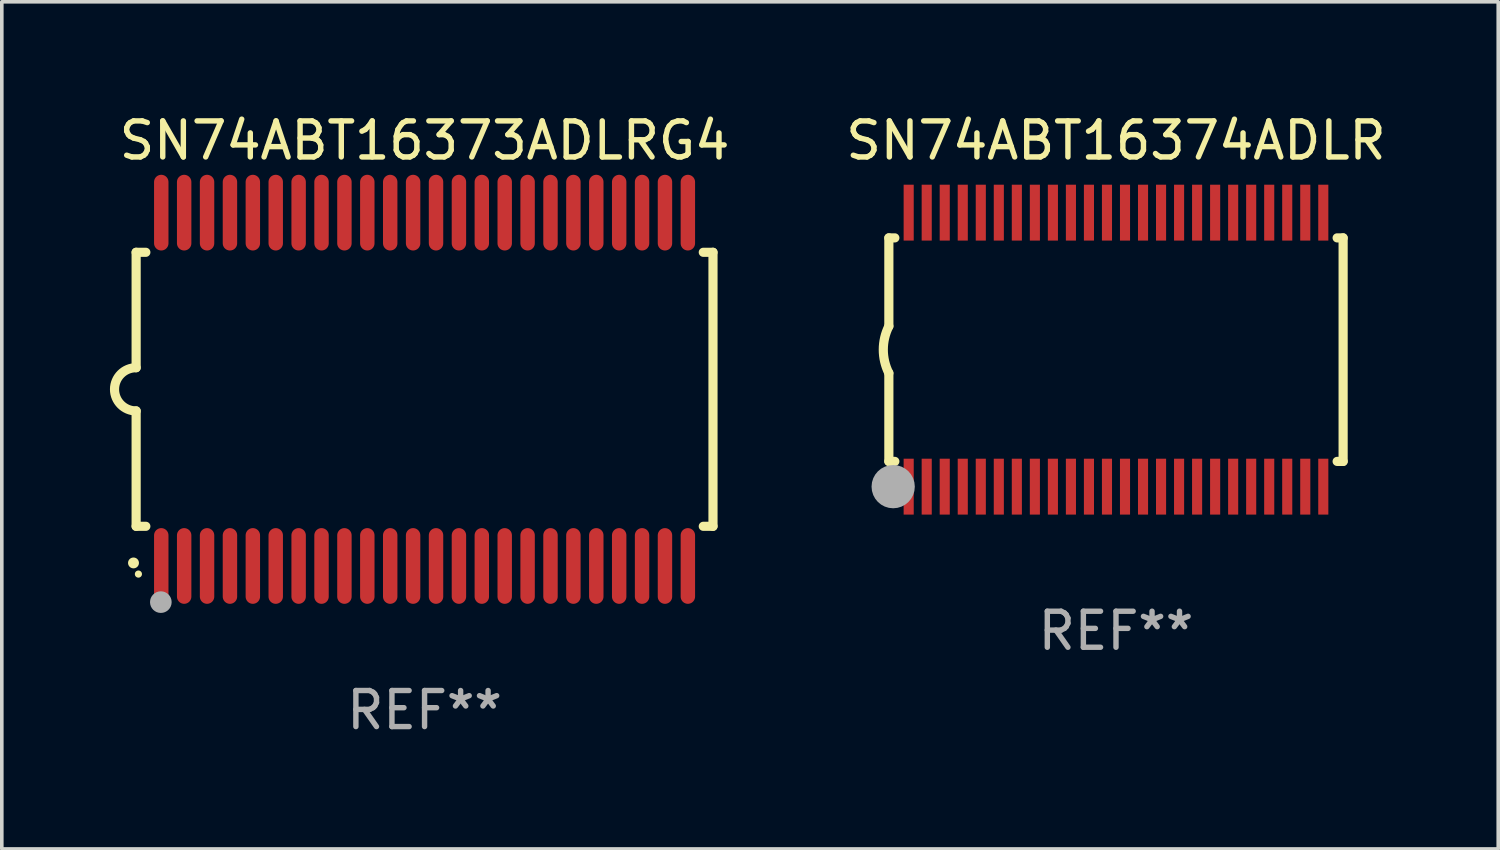
<source format=kicad_pcb>
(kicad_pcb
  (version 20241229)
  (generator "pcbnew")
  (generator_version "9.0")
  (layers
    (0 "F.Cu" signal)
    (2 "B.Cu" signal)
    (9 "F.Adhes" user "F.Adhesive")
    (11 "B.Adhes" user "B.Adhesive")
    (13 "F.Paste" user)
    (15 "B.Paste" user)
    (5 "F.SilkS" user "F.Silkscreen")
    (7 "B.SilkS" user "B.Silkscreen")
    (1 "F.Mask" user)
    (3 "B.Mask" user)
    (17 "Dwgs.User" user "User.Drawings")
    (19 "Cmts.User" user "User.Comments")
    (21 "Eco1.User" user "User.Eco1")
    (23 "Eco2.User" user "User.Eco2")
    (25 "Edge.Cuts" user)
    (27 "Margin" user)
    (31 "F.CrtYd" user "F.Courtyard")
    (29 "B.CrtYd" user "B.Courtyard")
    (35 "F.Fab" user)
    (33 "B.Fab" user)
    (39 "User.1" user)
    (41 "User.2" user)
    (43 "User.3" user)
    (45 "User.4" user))
  (footprint "SN74ABT16374ADLR"
    (layer "F.Cu")
    (at 27.904 6.648)
    (property "Reference" "SN74ABT16374ADLR" (at 0 -5.8 0) (layer "F.SilkS") (effects (font (size 1 1) (thickness 0.15))))
    (attr through_hole)
    (fp_line (start -6.3 -3.1) (end -6.3 -0.65) (stroke (width 0.254) (type solid)) (layer "F.SilkS"))
    (fp_line (start -6.3 -3.1) (end -6.134 -3.1) (stroke (width 0.254) (type solid)) (layer "F.SilkS"))
    (fp_line (start -6.3 3.1) (end -6.3 0.65) (stroke (width 0.254) (type solid)) (layer "F.SilkS"))
    (fp_line (start -6.3 3.1) (end -6.134 3.1) (stroke (width 0.254) (type solid)) (layer "F.SilkS"))
    (fp_line (start 6.134 -3.1) (end 6.3 -3.1) (stroke (width 0.254) (type solid)) (layer "F.SilkS"))
    (fp_line (start 6.134 3.1) (end 6.3 3.1) (stroke (width 0.254) (type solid)) (layer "F.SilkS"))
    (fp_line (start 6.3 -3.1) (end 6.3 3.1) (stroke (width 0.254) (type solid)) (layer "F.SilkS"))
    (fp_arc (start -6.301016 0.650114) (mid -6.45413 -0.000082) (end -6.3 -0.650038) (stroke (width 0.254001) (type solid)) (layer "F.SilkS"))
    (fp_circle (center -6.35 3.81) (end -6.223 3.81) (stroke (width 0.254) (type solid)) (fill no) (layer "F.SilkS"))
    (fp_circle (center -6.25 4.05) (end -6.22 4.05) (stroke (width 0.06) (type solid)) (fill no) (layer "F.SilkS"))
    (fp_circle (center -6.18 3.8) (end -5.88 3.8) (stroke (width 0.6) (type solid)) (fill no) (layer "F.Fab"))
    (fp_text user "REF**" (at 0 7.8 0) (layer "F.Fab") (effects (font (size 1 1) (thickness 0.15))))
    (pad "1" smd rect (at -5.75 3.8) (size 0.28 1.55) (layers "F.Cu" "F.Mask" "F.Paste"))
    (pad "2" smd rect (at -5.25 3.8) (size 0.28 1.55) (layers "F.Cu" "F.Mask" "F.Paste"))
    (pad "3" smd rect (at -4.75 3.8) (size 0.28 1.55) (layers "F.Cu" "F.Mask" "F.Paste"))
    (pad "4" smd rect (at -4.25 3.8) (size 0.28 1.55) (layers "F.Cu" "F.Mask" "F.Paste"))
    (pad "5" smd rect (at -3.75 3.8) (size 0.28 1.55) (layers "F.Cu" "F.Mask" "F.Paste"))
    (pad "6" smd rect (at -3.25 3.8) (size 0.28 1.55) (layers "F.Cu" "F.Mask" "F.Paste"))
    (pad "7" smd rect (at -2.75 3.8) (size 0.28 1.55) (layers "F.Cu" "F.Mask" "F.Paste"))
    (pad "8" smd rect (at -2.25 3.8) (size 0.28 1.55) (layers "F.Cu" "F.Mask" "F.Paste"))
    (pad "9" smd rect (at -1.75 3.8) (size 0.28 1.55) (layers "F.Cu" "F.Mask" "F.Paste"))
    (pad "10" smd rect (at -1.25 3.8) (size 0.28 1.55) (layers "F.Cu" "F.Mask" "F.Paste"))
    (pad "11" smd rect (at -0.75 3.8) (size 0.28 1.55) (layers "F.Cu" "F.Mask" "F.Paste"))
    (pad "12" smd rect (at -0.25 3.8) (size 0.28 1.55) (layers "F.Cu" "F.Mask" "F.Paste"))
    (pad "13" smd rect (at 0.25 3.8) (size 0.28 1.55) (layers "F.Cu" "F.Mask" "F.Paste"))
    (pad "14" smd rect (at 0.75 3.8) (size 0.28 1.55) (layers "F.Cu" "F.Mask" "F.Paste"))
    (pad "15" smd rect (at 1.25 3.8) (size 0.28 1.55) (layers "F.Cu" "F.Mask" "F.Paste"))
    (pad "16" smd rect (at 1.75 3.8) (size 0.28 1.55) (layers "F.Cu" "F.Mask" "F.Paste"))
    (pad "17" smd rect (at 2.25 3.8) (size 0.28 1.55) (layers "F.Cu" "F.Mask" "F.Paste"))
    (pad "18" smd rect (at 2.75 3.8) (size 0.28 1.55) (layers "F.Cu" "F.Mask" "F.Paste"))
    (pad "19" smd rect (at 3.25 3.8) (size 0.28 1.55) (layers "F.Cu" "F.Mask" "F.Paste"))
    (pad "20" smd rect (at 3.75 3.8) (size 0.28 1.55) (layers "F.Cu" "F.Mask" "F.Paste"))
    (pad "21" smd rect (at 4.25 3.8) (size 0.28 1.55) (layers "F.Cu" "F.Mask" "F.Paste"))
    (pad "22" smd rect (at 4.75 3.8) (size 0.28 1.55) (layers "F.Cu" "F.Mask" "F.Paste"))
    (pad "23" smd rect (at 5.25 3.8) (size 0.28 1.55) (layers "F.Cu" "F.Mask" "F.Paste"))
    (pad "24" smd rect (at 5.75 3.8) (size 0.28 1.55) (layers "F.Cu" "F.Mask" "F.Paste"))
    (pad "25" smd rect (at 5.75 -3.8) (size 0.28 1.55) (layers "F.Cu" "F.Mask" "F.Paste"))
    (pad "26" smd rect (at 5.25 -3.8) (size 0.28 1.55) (layers "F.Cu" "F.Mask" "F.Paste"))
    (pad "27" smd rect (at 4.75 -3.8) (size 0.28 1.55) (layers "F.Cu" "F.Mask" "F.Paste"))
    (pad "28" smd rect (at 4.25 -3.8) (size 0.28 1.55) (layers "F.Cu" "F.Mask" "F.Paste"))
    (pad "29" smd rect (at 3.75 -3.8) (size 0.28 1.55) (layers "F.Cu" "F.Mask" "F.Paste"))
    (pad "30" smd rect (at 3.25 -3.8) (size 0.28 1.55) (layers "F.Cu" "F.Mask" "F.Paste"))
    (pad "31" smd rect (at 2.75 -3.8) (size 0.28 1.55) (layers "F.Cu" "F.Mask" "F.Paste"))
    (pad "32" smd rect (at 2.25 -3.8) (size 0.28 1.55) (layers "F.Cu" "F.Mask" "F.Paste"))
    (pad "33" smd rect (at 1.75 -3.8) (size 0.28 1.55) (layers "F.Cu" "F.Mask" "F.Paste"))
    (pad "34" smd rect (at 1.25 -3.8) (size 0.28 1.55) (layers "F.Cu" "F.Mask" "F.Paste"))
    (pad "35" smd rect (at 0.75 -3.8) (size 0.28 1.55) (layers "F.Cu" "F.Mask" "F.Paste"))
    (pad "36" smd rect (at 0.25 -3.8) (size 0.28 1.55) (layers "F.Cu" "F.Mask" "F.Paste"))
    (pad "37" smd rect (at -0.25 -3.8) (size 0.28 1.55) (layers "F.Cu" "F.Mask" "F.Paste"))
    (pad "38" smd rect (at -0.75 -3.8) (size 0.28 1.55) (layers "F.Cu" "F.Mask" "F.Paste"))
    (pad "39" smd rect (at -1.25 -3.8) (size 0.28 1.55) (layers "F.Cu" "F.Mask" "F.Paste"))
    (pad "40" smd rect (at -1.75 -3.8) (size 0.28 1.55) (layers "F.Cu" "F.Mask" "F.Paste"))
    (pad "41" smd rect (at -2.25 -3.8) (size 0.28 1.55) (layers "F.Cu" "F.Mask" "F.Paste"))
    (pad "42" smd rect (at -2.75 -3.8) (size 0.28 1.55) (layers "F.Cu" "F.Mask" "F.Paste"))
    (pad "43" smd rect (at -3.25 -3.8) (size 0.28 1.55) (layers "F.Cu" "F.Mask" "F.Paste"))
    (pad "44" smd rect (at -3.75 -3.8) (size 0.28 1.55) (layers "F.Cu" "F.Mask" "F.Paste"))
    (pad "45" smd rect (at -4.25 -3.8) (size 0.28 1.55) (layers "F.Cu" "F.Mask" "F.Paste"))
    (pad "46" smd rect (at -4.75 -3.8) (size 0.28 1.55) (layers "F.Cu" "F.Mask" "F.Paste"))
    (pad "47" smd rect (at -5.25 -3.8) (size 0.28 1.55) (layers "F.Cu" "F.Mask" "F.Paste"))
    (pad "48" smd rect (at -5.75 -3.8) (size 0.28 1.55) (layers "F.Cu" "F.Mask" "F.Paste")))
  (footprint "SN74ABT16373ADLRG4"
    (layer "F.Cu")
    (at 8.726 7.748)
    (property "Reference" "SN74ABT16373ADLRG4" (at 0 -6.9 0) (layer "F.SilkS") (effects (font (size 1 1) (thickness 0.15))))
    (attr through_hole)
    (fp_line (start -8 -3.8) (end -8 -0.599) (stroke (width 0.254) (type solid)) (layer "F.SilkS"))
    (fp_line (start -8 -3.8) (end -7.731 -3.8) (stroke (width 0.254) (type solid)) (layer "F.SilkS"))
    (fp_line (start -8 3.8) (end -8 0.599) (stroke (width 0.254) (type solid)) (layer "F.SilkS"))
    (fp_line (start -7.731 3.8) (end -8 3.8) (stroke (width 0.254) (type solid)) (layer "F.SilkS"))
    (fp_line (start 7.731 -3.8) (end 8 -3.8) (stroke (width 0.254) (type solid)) (layer "F.SilkS"))
    (fp_line (start 8 -3.8) (end 8 3.8) (stroke (width 0.254) (type solid)) (layer "F.SilkS"))
    (fp_line (start 8 3.8) (end 7.731 3.8) (stroke (width 0.254) (type solid)) (layer "F.SilkS"))
    (fp_arc (start -8.074676 4.81585) (mid -8.073406 4.815845) (end -8.072136 4.81585) (stroke (width 0.3) (type solid)) (layer "F.SilkS"))
    (fp_arc (start -8.000025 0.6) (mid -8.598908 0.00056) (end -8.000027 -0.598882) (stroke (width 0.254001) (type solid)) (layer "F.SilkS"))
    (fp_circle (center -7.937 5.125) (end -7.887 5.125) (stroke (width 0.1) (type solid)) (fill no) (layer "F.SilkS"))
    (fp_circle (center -7.315 5.903) (end -7.165 5.903) (stroke (width 0.3) (type solid)) (fill no) (layer "F.Fab"))
    (fp_text user "REF**" (at 0 8.9 0) (layer "F.Fab") (effects (font (size 1 1) (thickness 0.15))))
    (pad "1" smd oval (at -7.303 4.9) (size 0.4 2.1) (layers "F.Cu" "F.Mask" "F.Paste"))
    (pad "2" smd oval (at -6.668 4.9) (size 0.4 2.1) (layers "F.Cu" "F.Mask" "F.Paste"))
    (pad "3" smd oval (at -6.033 4.9) (size 0.4 2.1) (layers "F.Cu" "F.Mask" "F.Paste"))
    (pad "4" smd oval (at -5.398 4.9) (size 0.4 2.1) (layers "F.Cu" "F.Mask" "F.Paste"))
    (pad "5" smd oval (at -4.763 4.9) (size 0.4 2.1) (layers "F.Cu" "F.Mask" "F.Paste"))
    (pad "6" smd oval (at -4.128 4.9) (size 0.4 2.1) (layers "F.Cu" "F.Mask" "F.Paste"))
    (pad "7" smd oval (at -3.493 4.9) (size 0.4 2.1) (layers "F.Cu" "F.Mask" "F.Paste"))
    (pad "8" smd oval (at -2.858 4.9) (size 0.4 2.1) (layers "F.Cu" "F.Mask" "F.Paste"))
    (pad "9" smd oval (at -2.223 4.9) (size 0.4 2.1) (layers "F.Cu" "F.Mask" "F.Paste"))
    (pad "10" smd oval (at -1.588 4.9) (size 0.4 2.1) (layers "F.Cu" "F.Mask" "F.Paste"))
    (pad "11" smd oval (at -0.953 4.9) (size 0.4 2.1) (layers "F.Cu" "F.Mask" "F.Paste"))
    (pad "12" smd oval (at -0.318 4.9) (size 0.4 2.1) (layers "F.Cu" "F.Mask" "F.Paste"))
    (pad "13" smd oval (at 0.318 4.9) (size 0.4 2.1) (layers "F.Cu" "F.Mask" "F.Paste"))
    (pad "14" smd oval (at 0.953 4.9) (size 0.4 2.1) (layers "F.Cu" "F.Mask" "F.Paste"))
    (pad "15" smd oval (at 1.588 4.9) (size 0.4 2.1) (layers "F.Cu" "F.Mask" "F.Paste"))
    (pad "16" smd oval (at 2.223 4.9) (size 0.4 2.1) (layers "F.Cu" "F.Mask" "F.Paste"))
    (pad "17" smd oval (at 2.858 4.9) (size 0.4 2.1) (layers "F.Cu" "F.Mask" "F.Paste"))
    (pad "18" smd oval (at 3.493 4.9) (size 0.4 2.1) (layers "F.Cu" "F.Mask" "F.Paste"))
    (pad "19" smd oval (at 4.128 4.9) (size 0.4 2.1) (layers "F.Cu" "F.Mask" "F.Paste"))
    (pad "20" smd oval (at 4.763 4.9) (size 0.4 2.1) (layers "F.Cu" "F.Mask" "F.Paste"))
    (pad "21" smd oval (at 5.398 4.9) (size 0.4 2.1) (layers "F.Cu" "F.Mask" "F.Paste"))
    (pad "22" smd oval (at 6.033 4.9) (size 0.4 2.1) (layers "F.Cu" "F.Mask" "F.Paste"))
    (pad "23" smd oval (at 6.668 4.9) (size 0.4 2.1) (layers "F.Cu" "F.Mask" "F.Paste"))
    (pad "24" smd oval (at 7.303 4.9) (size 0.4 2.1) (layers "F.Cu" "F.Mask" "F.Paste"))
    (pad "25" smd oval (at 7.303 -4.9 180) (size 0.4 2.1) (layers "F.Cu" "F.Mask" "F.Paste"))
    (pad "26" smd oval (at 6.668 -4.9 180) (size 0.4 2.1) (layers "F.Cu" "F.Mask" "F.Paste"))
    (pad "27" smd oval (at 6.033 -4.9 180) (size 0.4 2.1) (layers "F.Cu" "F.Mask" "F.Paste"))
    (pad "28" smd oval (at 5.398 -4.9 180) (size 0.4 2.1) (layers "F.Cu" "F.Mask" "F.Paste"))
    (pad "29" smd oval (at 4.763 -4.9 180) (size 0.4 2.1) (layers "F.Cu" "F.Mask" "F.Paste"))
    (pad "30" smd oval (at 4.128 -4.9 180) (size 0.4 2.1) (layers "F.Cu" "F.Mask" "F.Paste"))
    (pad "31" smd oval (at 3.493 -4.9 180) (size 0.4 2.1) (layers "F.Cu" "F.Mask" "F.Paste"))
    (pad "32" smd oval (at 2.858 -4.9 180) (size 0.4 2.1) (layers "F.Cu" "F.Mask" "F.Paste"))
    (pad "33" smd oval (at 2.223 -4.9 180) (size 0.4 2.1) (layers "F.Cu" "F.Mask" "F.Paste"))
    (pad "34" smd oval (at 1.588 -4.9 180) (size 0.4 2.1) (layers "F.Cu" "F.Mask" "F.Paste"))
    (pad "35" smd oval (at 0.953 -4.9 180) (size 0.4 2.1) (layers "F.Cu" "F.Mask" "F.Paste"))
    (pad "36" smd oval (at 0.318 -4.9 180) (size 0.4 2.1) (layers "F.Cu" "F.Mask" "F.Paste"))
    (pad "37" smd oval (at -0.318 -4.9 180) (size 0.4 2.1) (layers "F.Cu" "F.Mask" "F.Paste"))
    (pad "38" smd oval (at -0.953 -4.9 180) (size 0.4 2.1) (layers "F.Cu" "F.Mask" "F.Paste"))
    (pad "39" smd oval (at -1.588 -4.9 180) (size 0.4 2.1) (layers "F.Cu" "F.Mask" "F.Paste"))
    (pad "40" smd oval (at -2.223 -4.9 180) (size 0.4 2.1) (layers "F.Cu" "F.Mask" "F.Paste"))
    (pad "41" smd oval (at -2.858 -4.9 180) (size 0.4 2.1) (layers "F.Cu" "F.Mask" "F.Paste"))
    (pad "42" smd oval (at -3.493 -4.9 180) (size 0.4 2.1) (layers "F.Cu" "F.Mask" "F.Paste"))
    (pad "43" smd oval (at -4.128 -4.9 180) (size 0.4 2.1) (layers "F.Cu" "F.Mask" "F.Paste"))
    (pad "44" smd oval (at -4.763 -4.9 180) (size 0.4 2.1) (layers "F.Cu" "F.Mask" "F.Paste"))
    (pad "45" smd oval (at -5.398 -4.9 180) (size 0.4 2.1) (layers "F.Cu" "F.Mask" "F.Paste"))
    (pad "46" smd oval (at -6.033 -4.9 180) (size 0.4 2.1) (layers "F.Cu" "F.Mask" "F.Paste"))
    (pad "47" smd oval (at -6.668 -4.9 180) (size 0.4 2.1) (layers "F.Cu" "F.Mask" "F.Paste"))
    (pad "48" smd oval (at -7.303 -4.9 180) (size 0.4 2.1) (layers "F.Cu" "F.Mask" "F.Paste")))
  (gr_rect
    (start -3 -3)
    (end 38.506 20.496)
    (stroke (width 0.1) (type default))
    (fill no)
    (layer "Edge.Cuts")))
</source>
